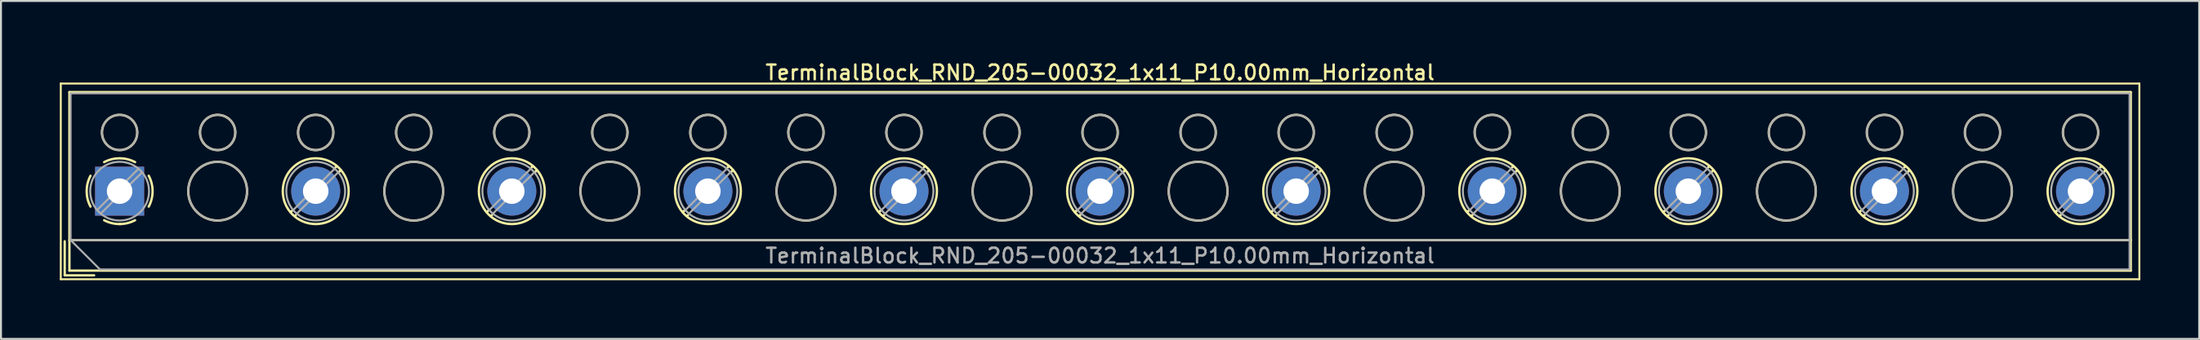
<source format=kicad_pcb>
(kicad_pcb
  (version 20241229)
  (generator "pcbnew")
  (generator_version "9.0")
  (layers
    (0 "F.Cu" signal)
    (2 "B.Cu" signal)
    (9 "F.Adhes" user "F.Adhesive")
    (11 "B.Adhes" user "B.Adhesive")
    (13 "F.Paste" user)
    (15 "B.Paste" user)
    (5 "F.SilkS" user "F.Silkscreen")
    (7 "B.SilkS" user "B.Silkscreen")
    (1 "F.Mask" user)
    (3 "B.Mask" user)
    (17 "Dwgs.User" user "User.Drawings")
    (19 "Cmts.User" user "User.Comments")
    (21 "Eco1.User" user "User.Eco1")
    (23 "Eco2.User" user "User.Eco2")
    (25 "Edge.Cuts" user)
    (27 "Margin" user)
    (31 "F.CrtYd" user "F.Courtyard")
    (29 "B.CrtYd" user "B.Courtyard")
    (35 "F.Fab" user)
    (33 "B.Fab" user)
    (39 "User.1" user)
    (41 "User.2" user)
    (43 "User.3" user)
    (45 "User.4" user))
  (footprint "TerminalBlock_RND_205-00032_1x11_P10.00mm_Horizontal"
    (layer "F.Cu")
    (at 3.05 6.718)
    (property "Reference" "TerminalBlock_RND_205-00032_1x11_P10.00mm_Horizontal" (at 50 -6.06 0) (layer "F.SilkS") (effects (font (size 0.75 0.75) (thickness 0.125))))
    (attr through_hole)
    (fp_line (start -3 -5.5) (end -3 4.5) (stroke (width 0.1) (type solid)) (layer "F.SilkS"))
    (fp_line (start -3 4.5) (end 103 4.5) (stroke (width 0.1) (type solid)) (layer "F.SilkS"))
    (fp_line (start -2.8 2.56) (end -2.8 4.3) (stroke (width 0.12) (type solid)) (layer "F.SilkS"))
    (fp_line (start -2.8 4.3) (end -1.3 4.3) (stroke (width 0.12) (type solid)) (layer "F.SilkS"))
    (fp_line (start -2.56 -5.06) (end -2.56 4.06) (stroke (width 0.12) (type solid)) (layer "F.SilkS"))
    (fp_line (start -2.56 -5.06) (end 102.56 -5.06) (stroke (width 0.12) (type solid)) (layer "F.SilkS"))
    (fp_line (start -2.56 2.5) (end 102.56 2.5) (stroke (width 0.12) (type solid)) (layer "F.SilkS"))
    (fp_line (start -2.56 4.06) (end 102.56 4.06) (stroke (width 0.12) (type solid)) (layer "F.SilkS"))
    (fp_line (start 8.82 0.976) (end 8.726 1.069) (stroke (width 0.12) (type solid)) (layer "F.SilkS"))
    (fp_line (start 8.99 1.216) (end 8.931 1.274) (stroke (width 0.12) (type solid)) (layer "F.SilkS"))
    (fp_line (start 11.07 -1.275) (end 11.011 -1.216) (stroke (width 0.12) (type solid)) (layer "F.SilkS"))
    (fp_line (start 11.275 -1.069) (end 11.181 -0.976) (stroke (width 0.12) (type solid)) (layer "F.SilkS"))
    (fp_line (start 18.82 0.976) (end 18.726 1.069) (stroke (width 0.12) (type solid)) (layer "F.SilkS"))
    (fp_line (start 18.99 1.216) (end 18.931 1.274) (stroke (width 0.12) (type solid)) (layer "F.SilkS"))
    (fp_line (start 21.07 -1.275) (end 21.011 -1.216) (stroke (width 0.12) (type solid)) (layer "F.SilkS"))
    (fp_line (start 21.275 -1.069) (end 21.181 -0.976) (stroke (width 0.12) (type solid)) (layer "F.SilkS"))
    (fp_line (start 28.82 0.976) (end 28.726 1.069) (stroke (width 0.12) (type solid)) (layer "F.SilkS"))
    (fp_line (start 28.99 1.216) (end 28.931 1.274) (stroke (width 0.12) (type solid)) (layer "F.SilkS"))
    (fp_line (start 31.07 -1.275) (end 31.011 -1.216) (stroke (width 0.12) (type solid)) (layer "F.SilkS"))
    (fp_line (start 31.275 -1.069) (end 31.181 -0.976) (stroke (width 0.12) (type solid)) (layer "F.SilkS"))
    (fp_line (start 38.82 0.976) (end 38.726 1.069) (stroke (width 0.12) (type solid)) (layer "F.SilkS"))
    (fp_line (start 38.99 1.216) (end 38.931 1.274) (stroke (width 0.12) (type solid)) (layer "F.SilkS"))
    (fp_line (start 41.07 -1.275) (end 41.011 -1.216) (stroke (width 0.12) (type solid)) (layer "F.SilkS"))
    (fp_line (start 41.275 -1.069) (end 41.181 -0.976) (stroke (width 0.12) (type solid)) (layer "F.SilkS"))
    (fp_line (start 48.82 0.976) (end 48.726 1.069) (stroke (width 0.12) (type solid)) (layer "F.SilkS"))
    (fp_line (start 48.99 1.216) (end 48.931 1.274) (stroke (width 0.12) (type solid)) (layer "F.SilkS"))
    (fp_line (start 51.07 -1.275) (end 51.011 -1.216) (stroke (width 0.12) (type solid)) (layer "F.SilkS"))
    (fp_line (start 51.275 -1.069) (end 51.181 -0.976) (stroke (width 0.12) (type solid)) (layer "F.SilkS"))
    (fp_line (start 58.82 0.976) (end 58.726 1.069) (stroke (width 0.12) (type solid)) (layer "F.SilkS"))
    (fp_line (start 58.99 1.216) (end 58.931 1.274) (stroke (width 0.12) (type solid)) (layer "F.SilkS"))
    (fp_line (start 61.07 -1.275) (end 61.011 -1.216) (stroke (width 0.12) (type solid)) (layer "F.SilkS"))
    (fp_line (start 61.275 -1.069) (end 61.181 -0.976) (stroke (width 0.12) (type solid)) (layer "F.SilkS"))
    (fp_line (start 68.82 0.976) (end 68.726 1.069) (stroke (width 0.12) (type solid)) (layer "F.SilkS"))
    (fp_line (start 68.99 1.216) (end 68.931 1.274) (stroke (width 0.12) (type solid)) (layer "F.SilkS"))
    (fp_line (start 71.07 -1.275) (end 71.011 -1.216) (stroke (width 0.12) (type solid)) (layer "F.SilkS"))
    (fp_line (start 71.275 -1.069) (end 71.181 -0.976) (stroke (width 0.12) (type solid)) (layer "F.SilkS"))
    (fp_line (start 78.82 0.976) (end 78.726 1.069) (stroke (width 0.12) (type solid)) (layer "F.SilkS"))
    (fp_line (start 78.99 1.216) (end 78.931 1.274) (stroke (width 0.12) (type solid)) (layer "F.SilkS"))
    (fp_line (start 81.07 -1.275) (end 81.011 -1.216) (stroke (width 0.12) (type solid)) (layer "F.SilkS"))
    (fp_line (start 81.275 -1.069) (end 81.181 -0.976) (stroke (width 0.12) (type solid)) (layer "F.SilkS"))
    (fp_line (start 88.82 0.976) (end 88.726 1.069) (stroke (width 0.12) (type solid)) (layer "F.SilkS"))
    (fp_line (start 88.99 1.216) (end 88.931 1.274) (stroke (width 0.12) (type solid)) (layer "F.SilkS"))
    (fp_line (start 91.07 -1.275) (end 91.011 -1.216) (stroke (width 0.12) (type solid)) (layer "F.SilkS"))
    (fp_line (start 91.275 -1.069) (end 91.181 -0.976) (stroke (width 0.12) (type solid)) (layer "F.SilkS"))
    (fp_line (start 98.82 0.976) (end 98.726 1.069) (stroke (width 0.12) (type solid)) (layer "F.SilkS"))
    (fp_line (start 98.99 1.216) (end 98.931 1.274) (stroke (width 0.12) (type solid)) (layer "F.SilkS"))
    (fp_line (start 101.07 -1.275) (end 101.011 -1.216) (stroke (width 0.12) (type solid)) (layer "F.SilkS"))
    (fp_line (start 101.275 -1.069) (end 101.181 -0.976) (stroke (width 0.12) (type solid)) (layer "F.SilkS"))
    (fp_line (start 102.56 -5.06) (end 102.56 4.06) (stroke (width 0.12) (type solid)) (layer "F.SilkS"))
    (fp_line (start 103 -5.5) (end -3 -5.5) (stroke (width 0.1) (type solid)) (layer "F.SilkS"))
    (fp_line (start 103 4.5) (end 103 -5.5) (stroke (width 0.1) (type solid)) (layer "F.SilkS"))
    (fp_arc (start -1.483953 0.789089) (mid -1.680708 0.00005) (end -1.484 -0.789) (stroke (width 0.12) (type solid)) (layer "F.SilkS"))
    (fp_arc (start -0.789089 -1.483953) (mid -0.00005 -1.680708) (end 0.789 -1.484) (stroke (width 0.12) (type solid)) (layer "F.SilkS"))
    (fp_arc (start 0.029383 1.68045) (mid -0.392304 1.634281) (end -0.789 1.484) (stroke (width 0.12) (type solid)) (layer "F.SilkS"))
    (fp_arc (start 0.788712 1.483352) (mid 0.406429 1.630097) (end 0 1.68) (stroke (width 0.12) (type solid)) (layer "F.SilkS"))
    (fp_arc (start 1.483953 -0.789089) (mid 1.680708 -0.00005) (end 1.484 0.789) (stroke (width 0.12) (type solid)) (layer "F.SilkS"))
    (fp_circle (center 0 -3) (end 0.9 -3) (stroke (width 0.12) (type solid)) (fill no) (layer "F.SilkS"))
    (fp_circle (center 5 -3) (end 5.9 -3) (stroke (width 0.12) (type solid)) (fill no) (layer "F.SilkS"))
    (fp_circle (center 5 0) (end 6.5 0) (stroke (width 0.12) (type solid)) (fill no) (layer "F.SilkS"))
    (fp_circle (center 10 -3) (end 10.9 -3) (stroke (width 0.12) (type solid)) (fill no) (layer "F.SilkS"))
    (fp_circle (center 10 0) (end 11.68 0) (stroke (width 0.12) (type solid)) (fill no) (layer "F.SilkS"))
    (fp_circle (center 15 -3) (end 15.9 -3) (stroke (width 0.12) (type solid)) (fill no) (layer "F.SilkS"))
    (fp_circle (center 15 0) (end 16.5 0) (stroke (width 0.12) (type solid)) (fill no) (layer "F.SilkS"))
    (fp_circle (center 20 -3) (end 20.9 -3) (stroke (width 0.12) (type solid)) (fill no) (layer "F.SilkS"))
    (fp_circle (center 20 0) (end 21.68 0) (stroke (width 0.12) (type solid)) (fill no) (layer "F.SilkS"))
    (fp_circle (center 25 -3) (end 25.9 -3) (stroke (width 0.12) (type solid)) (fill no) (layer "F.SilkS"))
    (fp_circle (center 25 0) (end 26.5 0) (stroke (width 0.12) (type solid)) (fill no) (layer "F.SilkS"))
    (fp_circle (center 30 -3) (end 30.9 -3) (stroke (width 0.12) (type solid)) (fill no) (layer "F.SilkS"))
    (fp_circle (center 30 0) (end 31.68 0) (stroke (width 0.12) (type solid)) (fill no) (layer "F.SilkS"))
    (fp_circle (center 35 -3) (end 35.9 -3) (stroke (width 0.12) (type solid)) (fill no) (layer "F.SilkS"))
    (fp_circle (center 35 0) (end 36.5 0) (stroke (width 0.12) (type solid)) (fill no) (layer "F.SilkS"))
    (fp_circle (center 40 -3) (end 40.9 -3) (stroke (width 0.12) (type solid)) (fill no) (layer "F.SilkS"))
    (fp_circle (center 40 0) (end 41.68 0) (stroke (width 0.12) (type solid)) (fill no) (layer "F.SilkS"))
    (fp_circle (center 45 -3) (end 45.9 -3) (stroke (width 0.12) (type solid)) (fill no) (layer "F.SilkS"))
    (fp_circle (center 45 0) (end 46.5 0) (stroke (width 0.12) (type solid)) (fill no) (layer "F.SilkS"))
    (fp_circle (center 50 -3) (end 50.9 -3) (stroke (width 0.12) (type solid)) (fill no) (layer "F.SilkS"))
    (fp_circle (center 50 0) (end 51.68 0) (stroke (width 0.12) (type solid)) (fill no) (layer "F.SilkS"))
    (fp_circle (center 55 -3) (end 55.9 -3) (stroke (width 0.12) (type solid)) (fill no) (layer "F.SilkS"))
    (fp_circle (center 55 0) (end 56.5 0) (stroke (width 0.12) (type solid)) (fill no) (layer "F.SilkS"))
    (fp_circle (center 60 -3) (end 60.9 -3) (stroke (width 0.12) (type solid)) (fill no) (layer "F.SilkS"))
    (fp_circle (center 60 0) (end 61.68 0) (stroke (width 0.12) (type solid)) (fill no) (layer "F.SilkS"))
    (fp_circle (center 65 -3) (end 65.9 -3) (stroke (width 0.12) (type solid)) (fill no) (layer "F.SilkS"))
    (fp_circle (center 65 0) (end 66.5 0) (stroke (width 0.12) (type solid)) (fill no) (layer "F.SilkS"))
    (fp_circle (center 70 -3) (end 70.9 -3) (stroke (width 0.12) (type solid)) (fill no) (layer "F.SilkS"))
    (fp_circle (center 70 0) (end 71.68 0) (stroke (width 0.12) (type solid)) (fill no) (layer "F.SilkS"))
    (fp_circle (center 75 -3) (end 75.9 -3) (stroke (width 0.12) (type solid)) (fill no) (layer "F.SilkS"))
    (fp_circle (center 75 0) (end 76.5 0) (stroke (width 0.12) (type solid)) (fill no) (layer "F.SilkS"))
    (fp_circle (center 80 -3) (end 80.9 -3) (stroke (width 0.12) (type solid)) (fill no) (layer "F.SilkS"))
    (fp_circle (center 80 0) (end 81.68 0) (stroke (width 0.12) (type solid)) (fill no) (layer "F.SilkS"))
    (fp_circle (center 85 -3) (end 85.9 -3) (stroke (width 0.12) (type solid)) (fill no) (layer "F.SilkS"))
    (fp_circle (center 85 0) (end 86.5 0) (stroke (width 0.12) (type solid)) (fill no) (layer "F.SilkS"))
    (fp_circle (center 90 -3) (end 90.9 -3) (stroke (width 0.12) (type solid)) (fill no) (layer "F.SilkS"))
    (fp_circle (center 90 0) (end 91.68 0) (stroke (width 0.12) (type solid)) (fill no) (layer "F.SilkS"))
    (fp_circle (center 95 -3) (end 95.9 -3) (stroke (width 0.12) (type solid)) (fill no) (layer "F.SilkS"))
    (fp_circle (center 95 0) (end 96.5 0) (stroke (width 0.12) (type solid)) (fill no) (layer "F.SilkS"))
    (fp_circle (center 100 -3) (end 100.9 -3) (stroke (width 0.12) (type solid)) (fill no) (layer "F.SilkS"))
    (fp_circle (center 100 0) (end 101.68 0) (stroke (width 0.12) (type solid)) (fill no) (layer "F.SilkS"))
    (fp_line (start -2.5 -5) (end 102.5 -5) (stroke (width 0.1) (type solid)) (layer "F.Fab"))
    (fp_line (start -2.5 2.5) (end -2.5 -5) (stroke (width 0.1) (type solid)) (layer "F.Fab"))
    (fp_line (start -2.5 2.5) (end 102.5 2.5) (stroke (width 0.1) (type solid)) (layer "F.Fab"))
    (fp_line (start -1 4) (end -2.5 2.5) (stroke (width 0.1) (type solid)) (layer "F.Fab"))
    (fp_line (start 0.955 -1.138) (end -1.138 0.955) (stroke (width 0.1) (type solid)) (layer "F.Fab"))
    (fp_line (start 1.138 -0.955) (end -0.955 1.138) (stroke (width 0.1) (type solid)) (layer "F.Fab"))
    (fp_line (start 10.955 -1.138) (end 8.863 0.955) (stroke (width 0.1) (type solid)) (layer "F.Fab"))
    (fp_line (start 11.138 -0.955) (end 9.046 1.138) (stroke (width 0.1) (type solid)) (layer "F.Fab"))
    (fp_line (start 20.955 -1.138) (end 18.863 0.955) (stroke (width 0.1) (type solid)) (layer "F.Fab"))
    (fp_line (start 21.138 -0.955) (end 19.046 1.138) (stroke (width 0.1) (type solid)) (layer "F.Fab"))
    (fp_line (start 30.955 -1.138) (end 28.863 0.955) (stroke (width 0.1) (type solid)) (layer "F.Fab"))
    (fp_line (start 31.138 -0.955) (end 29.046 1.138) (stroke (width 0.1) (type solid)) (layer "F.Fab"))
    (fp_line (start 40.955 -1.138) (end 38.863 0.955) (stroke (width 0.1) (type solid)) (layer "F.Fab"))
    (fp_line (start 41.138 -0.955) (end 39.046 1.138) (stroke (width 0.1) (type solid)) (layer "F.Fab"))
    (fp_line (start 50.955 -1.138) (end 48.863 0.955) (stroke (width 0.1) (type solid)) (layer "F.Fab"))
    (fp_line (start 51.138 -0.955) (end 49.046 1.138) (stroke (width 0.1) (type solid)) (layer "F.Fab"))
    (fp_line (start 60.955 -1.138) (end 58.863 0.955) (stroke (width 0.1) (type solid)) (layer "F.Fab"))
    (fp_line (start 61.138 -0.955) (end 59.046 1.138) (stroke (width 0.1) (type solid)) (layer "F.Fab"))
    (fp_line (start 70.955 -1.138) (end 68.863 0.955) (stroke (width 0.1) (type solid)) (layer "F.Fab"))
    (fp_line (start 71.138 -0.955) (end 69.046 1.138) (stroke (width 0.1) (type solid)) (layer "F.Fab"))
    (fp_line (start 80.955 -1.138) (end 78.863 0.955) (stroke (width 0.1) (type solid)) (layer "F.Fab"))
    (fp_line (start 81.138 -0.955) (end 79.046 1.138) (stroke (width 0.1) (type solid)) (layer "F.Fab"))
    (fp_line (start 90.955 -1.138) (end 88.863 0.955) (stroke (width 0.1) (type solid)) (layer "F.Fab"))
    (fp_line (start 91.138 -0.955) (end 89.046 1.138) (stroke (width 0.1) (type solid)) (layer "F.Fab"))
    (fp_line (start 100.955 -1.138) (end 98.863 0.955) (stroke (width 0.1) (type solid)) (layer "F.Fab"))
    (fp_line (start 101.138 -0.955) (end 99.046 1.138) (stroke (width 0.1) (type solid)) (layer "F.Fab"))
    (fp_line (start 102.5 -5) (end 102.5 4) (stroke (width 0.1) (type solid)) (layer "F.Fab"))
    (fp_line (start 102.5 4) (end -1 4) (stroke (width 0.1) (type solid)) (layer "F.Fab"))
    (fp_circle (center 0 -3) (end 0.9 -3) (stroke (width 0.1) (type solid)) (fill no) (layer "F.Fab"))
    (fp_circle (center 0 0) (end 1.5 0) (stroke (width 0.1) (type solid)) (fill no) (layer "F.Fab"))
    (fp_circle (center 5 -3) (end 5.9 -3) (stroke (width 0.1) (type solid)) (fill no) (layer "F.Fab"))
    (fp_circle (center 5 0) (end 6.5 0) (stroke (width 0.1) (type solid)) (fill no) (layer "F.Fab"))
    (fp_circle (center 10 -3) (end 10.9 -3) (stroke (width 0.1) (type solid)) (fill no) (layer "F.Fab"))
    (fp_circle (center 10 0) (end 11.5 0) (stroke (width 0.1) (type solid)) (fill no) (layer "F.Fab"))
    (fp_circle (center 15 -3) (end 15.9 -3) (stroke (width 0.1) (type solid)) (fill no) (layer "F.Fab"))
    (fp_circle (center 15 0) (end 16.5 0) (stroke (width 0.1) (type solid)) (fill no) (layer "F.Fab"))
    (fp_circle (center 20 -3) (end 20.9 -3) (stroke (width 0.1) (type solid)) (fill no) (layer "F.Fab"))
    (fp_circle (center 20 0) (end 21.5 0) (stroke (width 0.1) (type solid)) (fill no) (layer "F.Fab"))
    (fp_circle (center 25 -3) (end 25.9 -3) (stroke (width 0.1) (type solid)) (fill no) (layer "F.Fab"))
    (fp_circle (center 25 0) (end 26.5 0) (stroke (width 0.1) (type solid)) (fill no) (layer "F.Fab"))
    (fp_circle (center 30 -3) (end 30.9 -3) (stroke (width 0.1) (type solid)) (fill no) (layer "F.Fab"))
    (fp_circle (center 30 0) (end 31.5 0) (stroke (width 0.1) (type solid)) (fill no) (layer "F.Fab"))
    (fp_circle (center 35 -3) (end 35.9 -3) (stroke (width 0.1) (type solid)) (fill no) (layer "F.Fab"))
    (fp_circle (center 35 0) (end 36.5 0) (stroke (width 0.1) (type solid)) (fill no) (layer "F.Fab"))
    (fp_circle (center 40 -3) (end 40.9 -3) (stroke (width 0.1) (type solid)) (fill no) (layer "F.Fab"))
    (fp_circle (center 40 0) (end 41.5 0) (stroke (width 0.1) (type solid)) (fill no) (layer "F.Fab"))
    (fp_circle (center 45 -3) (end 45.9 -3) (stroke (width 0.1) (type solid)) (fill no) (layer "F.Fab"))
    (fp_circle (center 45 0) (end 46.5 0) (stroke (width 0.1) (type solid)) (fill no) (layer "F.Fab"))
    (fp_circle (center 50 -3) (end 50.9 -3) (stroke (width 0.1) (type solid)) (fill no) (layer "F.Fab"))
    (fp_circle (center 50 0) (end 51.5 0) (stroke (width 0.1) (type solid)) (fill no) (layer "F.Fab"))
    (fp_circle (center 55 -3) (end 55.9 -3) (stroke (width 0.1) (type solid)) (fill no) (layer "F.Fab"))
    (fp_circle (center 55 0) (end 56.5 0) (stroke (width 0.1) (type solid)) (fill no) (layer "F.Fab"))
    (fp_circle (center 60 -3) (end 60.9 -3) (stroke (width 0.1) (type solid)) (fill no) (layer "F.Fab"))
    (fp_circle (center 60 0) (end 61.5 0) (stroke (width 0.1) (type solid)) (fill no) (layer "F.Fab"))
    (fp_circle (center 65 -3) (end 65.9 -3) (stroke (width 0.1) (type solid)) (fill no) (layer "F.Fab"))
    (fp_circle (center 65 0) (end 66.5 0) (stroke (width 0.1) (type solid)) (fill no) (layer "F.Fab"))
    (fp_circle (center 70 -3) (end 70.9 -3) (stroke (width 0.1) (type solid)) (fill no) (layer "F.Fab"))
    (fp_circle (center 70 0) (end 71.5 0) (stroke (width 0.1) (type solid)) (fill no) (layer "F.Fab"))
    (fp_circle (center 75 -3) (end 75.9 -3) (stroke (width 0.1) (type solid)) (fill no) (layer "F.Fab"))
    (fp_circle (center 75 0) (end 76.5 0) (stroke (width 0.1) (type solid)) (fill no) (layer "F.Fab"))
    (fp_circle (center 80 -3) (end 80.9 -3) (stroke (width 0.1) (type solid)) (fill no) (layer "F.Fab"))
    (fp_circle (center 80 0) (end 81.5 0) (stroke (width 0.1) (type solid)) (fill no) (layer "F.Fab"))
    (fp_circle (center 85 -3) (end 85.9 -3) (stroke (width 0.1) (type solid)) (fill no) (layer "F.Fab"))
    (fp_circle (center 85 0) (end 86.5 0) (stroke (width 0.1) (type solid)) (fill no) (layer "F.Fab"))
    (fp_circle (center 90 -3) (end 90.9 -3) (stroke (width 0.1) (type solid)) (fill no) (layer "F.Fab"))
    (fp_circle (center 90 0) (end 91.5 0) (stroke (width 0.1) (type solid)) (fill no) (layer "F.Fab"))
    (fp_circle (center 95 -3) (end 95.9 -3) (stroke (width 0.1) (type solid)) (fill no) (layer "F.Fab"))
    (fp_circle (center 95 0) (end 96.5 0) (stroke (width 0.1) (type solid)) (fill no) (layer "F.Fab"))
    (fp_circle (center 100 -3) (end 100.9 -3) (stroke (width 0.1) (type solid)) (fill no) (layer "F.Fab"))
    (fp_circle (center 100 0) (end 101.5 0) (stroke (width 0.1) (type solid)) (fill no) (layer "F.Fab"))
    (fp_text user "${REFERENCE}" (at 50 3.3 0) (layer "F.Fab") (effects (font (size 0.75 0.75) (thickness 0.125))))
    (pad "1" thru_hole rect (at 0 0) (size 2.5 2.5) (drill 1.3) (layers "*.Cu" "*.Mask"))
    (pad "2" thru_hole circle (at 10 0) (size 2.5 2.5) (drill 1.3) (layers "*.Cu" "*.Mask"))
    (pad "3" thru_hole circle (at 20 0) (size 2.5 2.5) (drill 1.3) (layers "*.Cu" "*.Mask"))
    (pad "4" thru_hole circle (at 30 0) (size 2.5 2.5) (drill 1.3) (layers "*.Cu" "*.Mask"))
    (pad "5" thru_hole circle (at 40 0) (size 2.5 2.5) (drill 1.3) (layers "*.Cu" "*.Mask"))
    (pad "6" thru_hole circle (at 50 0) (size 2.5 2.5) (drill 1.3) (layers "*.Cu" "*.Mask"))
    (pad "7" thru_hole circle (at 60 0) (size 2.5 2.5) (drill 1.3) (layers "*.Cu" "*.Mask"))
    (pad "8" thru_hole circle (at 70 0) (size 2.5 2.5) (drill 1.3) (layers "*.Cu" "*.Mask"))
    (pad "9" thru_hole circle (at 80 0) (size 2.5 2.5) (drill 1.3) (layers "*.Cu" "*.Mask"))
    (pad "10" thru_hole circle (at 90 0) (size 2.5 2.5) (drill 1.3) (layers "*.Cu" "*.Mask"))
    (pad "11" thru_hole circle (at 100 0) (size 2.5 2.5) (drill 1.3) (layers "*.Cu" "*.Mask")))
  (gr_rect
    (start -3 -3)
    (end 109.1 14.268)
    (stroke (width 0.1) (type default))
    (fill no)
    (layer "Edge.Cuts")))
</source>
